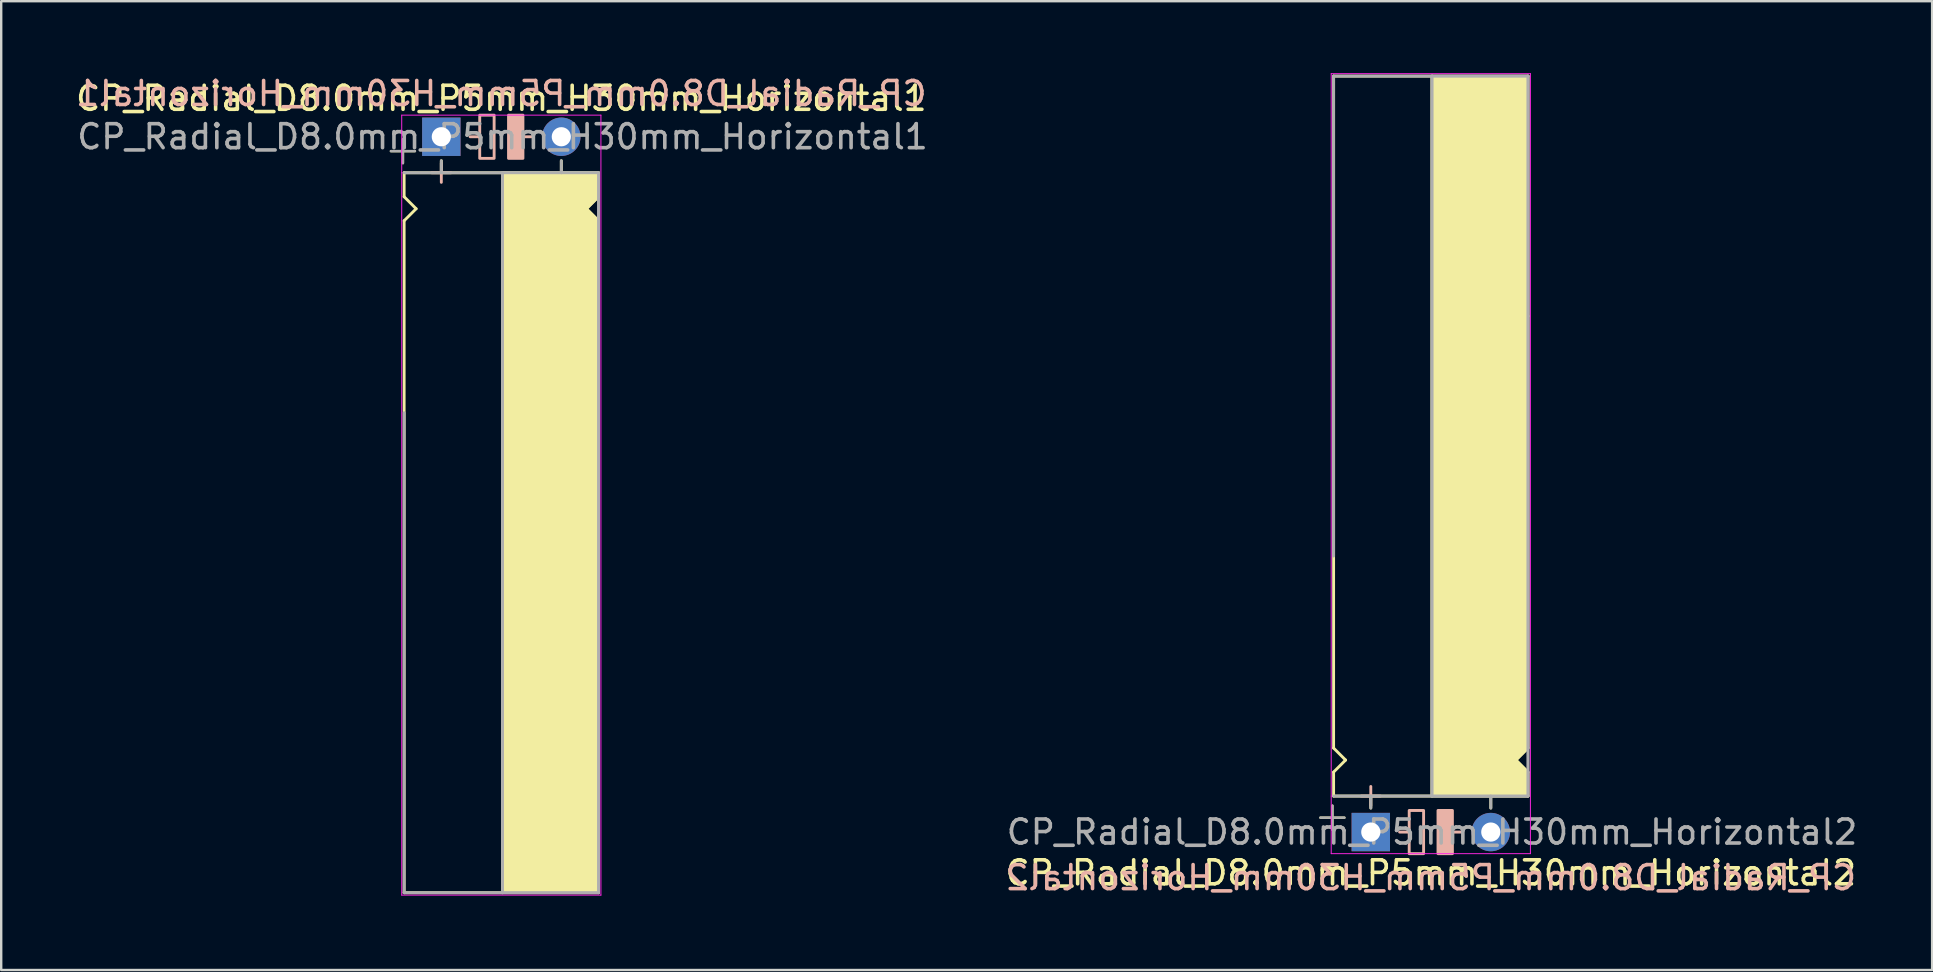
<source format=kicad_pcb>
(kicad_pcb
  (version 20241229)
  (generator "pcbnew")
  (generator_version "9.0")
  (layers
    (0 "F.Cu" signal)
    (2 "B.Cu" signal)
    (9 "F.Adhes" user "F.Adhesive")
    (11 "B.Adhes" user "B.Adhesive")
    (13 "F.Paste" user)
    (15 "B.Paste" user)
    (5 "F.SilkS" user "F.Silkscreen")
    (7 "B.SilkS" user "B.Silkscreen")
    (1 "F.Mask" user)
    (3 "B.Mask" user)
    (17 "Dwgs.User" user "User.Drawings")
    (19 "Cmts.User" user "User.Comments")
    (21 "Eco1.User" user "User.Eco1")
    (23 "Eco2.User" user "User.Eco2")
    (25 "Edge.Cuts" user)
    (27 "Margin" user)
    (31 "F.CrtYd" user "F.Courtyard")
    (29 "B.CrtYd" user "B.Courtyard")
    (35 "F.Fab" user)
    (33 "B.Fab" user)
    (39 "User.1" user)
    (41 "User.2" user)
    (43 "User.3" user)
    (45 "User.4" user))
  (footprint "CP_Radial_D8.0mm_P5mm_H30mm_Horizontal1"
    (layer "F.Cu")
    (at 16.139 2.648)
    (property "Reference" "CP_Radial_D8.0mm_P5mm_H30mm_Horizontal1" (at 1.7 -1.6 0) (layer "F.SilkS") (effects (font (size 1 1) (thickness 0.15))))
    (fp_line (start -2.9 0.6) (end -1.9 0.6) (stroke (width 0.1) (type solid)) (layer "F.SilkS"))
    (fp_line (start -2.4 1.1) (end -2.4 0.1) (stroke (width 0.1) (type solid)) (layer "F.SilkS"))
    (fp_line (start -2.35 1.5) (end 5.75 1.5) (stroke (width 0.12) (type solid)) (layer "F.SilkS"))
    (fp_line (start -2.35 2.5) (end -2.35 1.5) (stroke (width 0.12) (type solid)) (layer "F.SilkS"))
    (fp_line (start -2.35 3.5) (end -2.35 31.5) (stroke (width 0.12) (type solid)) (layer "F.SilkS"))
    (fp_line (start -2.35 3.5) (end -1.85 3) (stroke (width 0.12) (type solid)) (layer "F.SilkS"))
    (fp_line (start -2.35 31.5) (end 5.75 31.5) (stroke (width 0.12) (type solid)) (layer "F.SilkS"))
    (fp_line (start -1.85 3) (end -2.35 2.5) (stroke (width 0.12) (type solid)) (layer "F.SilkS"))
    (fp_line (start -0.8 1) (end -0.8 1.5) (stroke (width 0.12) (type solid)) (layer "F.SilkS"))
    (fp_line (start 1.75 31.5) (end 1.75 1.5) (stroke (width 0.12) (type solid)) (layer "F.SilkS"))
    (fp_line (start 4.2 1) (end 4.2 1.5) (stroke (width 0.12) (type solid)) (layer "F.SilkS"))
    (fp_line (start 5.25 3) (end 5.75 2.5) (stroke (width 0.12) (type solid)) (layer "F.SilkS"))
    (fp_line (start 5.75 2.5) (end 5.75 1.5) (stroke (width 0.12) (type solid)) (layer "F.SilkS"))
    (fp_line (start 5.75 3.5) (end 5.25 3) (stroke (width 0.12) (type solid)) (layer "F.SilkS"))
    (fp_line (start 5.75 3.5) (end 5.75 31.5) (stroke (width 0.12) (type solid)) (layer "F.SilkS"))
    (fp_line (start 5.75 21.5) (end 5.65 21.5) (stroke (width 0.12) (type solid)) (layer "F.SilkS"))
    (fp_poly (pts (xy 5.75 2.5) (xy 5.25 3) (xy 5.75 3.5) (xy 5.75 31.5) (xy 1.75 31.5) (xy 1.75 1.5) (xy 5.75 1.5)) (stroke (width 0.1) (type solid)) (fill yes) (layer "F.SilkS"))
    (fp_line (start -0.8 1.1) (end -0.8 1.9) (stroke (width 0.12) (type solid)) (layer "B.SilkS"))
    (fp_line (start -0.4 1.5) (end -1.2 1.5) (stroke (width 0.12) (type solid)) (layer "B.SilkS"))
    (fp_line (start 0.8 0) (end 0.4 0) (stroke (width 0.12) (type solid)) (layer "B.SilkS"))
    (fp_line (start 3 0) (end 2.6 0) (stroke (width 0.12) (type solid)) (layer "B.SilkS"))
    (fp_rect (start 1.4 -0.9) (end 0.8 0.9) (stroke (width 0.12) (type solid)) (fill no) (layer "B.SilkS"))
    (fp_rect (start 2.6 -0.9) (end 2 0.9) (stroke (width 0.12) (type solid)) (fill yes) (layer "B.SilkS"))
    (fp_line (start -2.45 -0.9) (end 5.85 -0.9) (stroke (width 0.04) (type solid)) (layer "F.CrtYd"))
    (fp_line (start -2.45 1.5) (end -2.45 -0.9) (stroke (width 0.04) (type solid)) (layer "F.CrtYd"))
    (fp_line (start -2.45 31.6) (end -2.45 1.5) (stroke (width 0.04) (type solid)) (layer "F.CrtYd"))
    (fp_line (start 5.85 -0.9) (end 5.85 31.6) (stroke (width 0.04) (type solid)) (layer "F.CrtYd"))
    (fp_line (start 5.85 31.6) (end -2.45 31.6) (stroke (width 0.04) (type solid)) (layer "F.CrtYd"))
    (fp_line (start -2.9 0.6) (end -1.9 0.6) (stroke (width 0.1) (type solid)) (layer "F.Fab"))
    (fp_line (start -2.4 1.1) (end -2.4 0.1) (stroke (width 0.1) (type solid)) (layer "F.Fab"))
    (fp_line (start -2.35 1.5) (end 5.75 1.5) (stroke (width 0.12) (type solid)) (layer "F.Fab"))
    (fp_line (start -2.35 31.5) (end -2.35 11.5) (stroke (width 0.12) (type solid)) (layer "F.Fab"))
    (fp_line (start -0.8 1.5) (end -0.8 1) (stroke (width 0.12) (type solid)) (layer "F.Fab"))
    (fp_line (start 1.75 1.5) (end 1.75 31.5) (stroke (width 0.12) (type solid)) (layer "F.Fab"))
    (fp_line (start 4.2 1.5) (end 4.2 1) (stroke (width 0.12) (type solid)) (layer "F.Fab"))
    (fp_line (start 5.75 1.5) (end 5.75 31.5) (stroke (width 0.12) (type solid)) (layer "F.Fab"))
    (fp_line (start 5.75 31.5) (end -2.35 31.5) (stroke (width 0.12) (type solid)) (layer "F.Fab"))
    (fp_poly (pts (xy 5.75 31.5) (xy 1.75 31.5) (xy 1.75 1.5) (xy 5.75 1.5)) (stroke (width 0.1) (type solid)) (fill no) (layer "F.Fab"))
    (fp_text user "${REFERENCE}" (at 1.7 -1.8 0) (layer "B.SilkS") (effects (font (size 1 1) (thickness 0.15)) (justify mirror)))
    (fp_text user "${REFERENCE}" (at 1.75 0 0) (layer "F.Fab") (effects (font (size 1 1) (thickness 0.15))))
    (pad "1" thru_hole rect (at -0.8 0) (size 1.6 1.6) (drill 0.8) (layers "*.Cu" "*.Mask"))
    (pad "2" thru_hole circle (at 4.2 0) (size 1.6 1.6) (drill 0.8) (layers "*.Cu" "*.Mask")))
  (footprint "CP_Radial_D8.0mm_P5mm_H30mm_Horizontal2"
    (layer "F.Cu")
    (at 54.868 31.62)
    (property "Reference" "CP_Radial_D8.0mm_P5mm_H30mm_Horizontal2" (at 1.7 1.7 0) (layer "F.SilkS") (effects (font (size 1 1) (thickness 0.15))))
    (fp_line (start -2.9 -0.6) (end -1.9 -0.6) (stroke (width 0.1) (type solid)) (layer "F.SilkS"))
    (fp_line (start -2.4 -0.1) (end -2.4 -1.1) (stroke (width 0.1) (type solid)) (layer "F.SilkS"))
    (fp_line (start -2.35 -31.5) (end 5.75 -31.5) (stroke (width 0.12) (type solid)) (layer "F.SilkS"))
    (fp_line (start -2.35 -3.5) (end -2.35 -31.5) (stroke (width 0.12) (type solid)) (layer "F.SilkS"))
    (fp_line (start -2.35 -3.5) (end -1.85 -3) (stroke (width 0.12) (type solid)) (layer "F.SilkS"))
    (fp_line (start -2.35 -2.5) (end -2.35 -1.5) (stroke (width 0.12) (type solid)) (layer "F.SilkS"))
    (fp_line (start -2.35 -1.5) (end 5.75 -1.5) (stroke (width 0.12) (type solid)) (layer "F.SilkS"))
    (fp_line (start -1.85 -3) (end -2.35 -2.5) (stroke (width 0.12) (type solid)) (layer "F.SilkS"))
    (fp_line (start -0.8 -1) (end -0.8 -1.5) (stroke (width 0.12) (type solid)) (layer "F.SilkS"))
    (fp_line (start 1.75 -31.5) (end 1.75 -1.5) (stroke (width 0.12) (type solid)) (layer "F.SilkS"))
    (fp_line (start 4.2 -1) (end 4.2 -1.5) (stroke (width 0.12) (type solid)) (layer "F.SilkS"))
    (fp_line (start 5.25 -3) (end 5.75 -2.5) (stroke (width 0.12) (type solid)) (layer "F.SilkS"))
    (fp_line (start 5.75 -21.5) (end 5.65 -21.5) (stroke (width 0.12) (type solid)) (layer "F.SilkS"))
    (fp_line (start 5.75 -3.5) (end 5.25 -3) (stroke (width 0.12) (type solid)) (layer "F.SilkS"))
    (fp_line (start 5.75 -3.5) (end 5.75 -31.5) (stroke (width 0.12) (type solid)) (layer "F.SilkS"))
    (fp_line (start 5.75 -2.5) (end 5.75 -1.5) (stroke (width 0.12) (type solid)) (layer "F.SilkS"))
    (fp_poly (pts (xy 5.75 -2.5) (xy 5.25 -3) (xy 5.75 -3.5) (xy 5.75 -31.5) (xy 1.75 -31.5) (xy 1.75 -1.5) (xy 5.75 -1.5)) (stroke (width 0.1) (type solid)) (fill yes) (layer "F.SilkS"))
    (fp_line (start -0.8 -1.9) (end -0.8 -1.1) (stroke (width 0.12) (type solid)) (layer "B.SilkS"))
    (fp_line (start -0.4 -1.5) (end -1.2 -1.5) (stroke (width 0.12) (type solid)) (layer "B.SilkS"))
    (fp_line (start 0.8 0) (end 0.4 0) (stroke (width 0.12) (type solid)) (layer "B.SilkS"))
    (fp_line (start 3 0) (end 2.6 0) (stroke (width 0.12) (type solid)) (layer "B.SilkS"))
    (fp_rect (start 1.4 -0.9) (end 0.8 0.9) (stroke (width 0.12) (type solid)) (fill no) (layer "B.SilkS"))
    (fp_rect (start 2.6 -0.9) (end 2 0.9) (stroke (width 0.12) (type solid)) (fill yes) (layer "B.SilkS"))
    (fp_line (start -2.45 -31.6) (end -2.45 -1.5) (stroke (width 0.04) (type solid)) (layer "F.CrtYd"))
    (fp_line (start -2.45 -1.5) (end -2.45 0.9) (stroke (width 0.04) (type solid)) (layer "F.CrtYd"))
    (fp_line (start -2.45 0.9) (end 5.85 0.9) (stroke (width 0.04) (type solid)) (layer "F.CrtYd"))
    (fp_line (start 5.85 -31.6) (end -2.45 -31.6) (stroke (width 0.04) (type solid)) (layer "F.CrtYd"))
    (fp_line (start 5.85 0.9) (end 5.85 -31.6) (stroke (width 0.04) (type solid)) (layer "F.CrtYd"))
    (fp_line (start -2.9 -0.6) (end -1.9 -0.6) (stroke (width 0.1) (type solid)) (layer "F.Fab"))
    (fp_line (start -2.4 -0.1) (end -2.4 -1.1) (stroke (width 0.1) (type solid)) (layer "F.Fab"))
    (fp_line (start -2.35 -31.5) (end -2.35 -11.5) (stroke (width 0.12) (type solid)) (layer "F.Fab"))
    (fp_line (start -2.35 -1.5) (end 5.75 -1.5) (stroke (width 0.12) (type solid)) (layer "F.Fab"))
    (fp_line (start -0.8 -1.5) (end -0.8 -1) (stroke (width 0.12) (type solid)) (layer "F.Fab"))
    (fp_line (start 1.75 -1.5) (end 1.75 -31.5) (stroke (width 0.12) (type solid)) (layer "F.Fab"))
    (fp_line (start 4.2 -1.5) (end 4.2 -1) (stroke (width 0.12) (type solid)) (layer "F.Fab"))
    (fp_line (start 5.75 -31.5) (end -2.35 -31.5) (stroke (width 0.12) (type solid)) (layer "F.Fab"))
    (fp_line (start 5.75 -1.5) (end 5.75 -31.5) (stroke (width 0.12) (type solid)) (layer "F.Fab"))
    (fp_poly (pts (xy 5.75 -31.5) (xy 1.75 -31.5) (xy 1.75 -1.5) (xy 5.75 -1.5)) (stroke (width 0.1) (type solid)) (fill no) (layer "F.Fab"))
    (fp_text user "${REFERENCE}" (at 1.7 1.9 0) (layer "B.SilkS") (effects (font (size 1 1) (thickness 0.15)) (justify mirror)))
    (fp_text user "${REFERENCE}" (at 1.75 0 0) (layer "F.Fab") (effects (font (size 1 1) (thickness 0.15))))
    (pad "1" thru_hole rect (at -0.8 0) (size 1.6 1.6) (drill 0.8) (layers "*.Cu" "*.Mask"))
    (pad "2" thru_hole circle (at 4.2 0) (size 1.6 1.6) (drill 0.8) (layers "*.Cu" "*.Mask")))
  (gr_rect
    (start -3 -3)
    (end 77.457 37.368)
    (stroke (width 0.1) (type default))
    (fill no)
    (layer "Edge.Cuts")))
</source>
